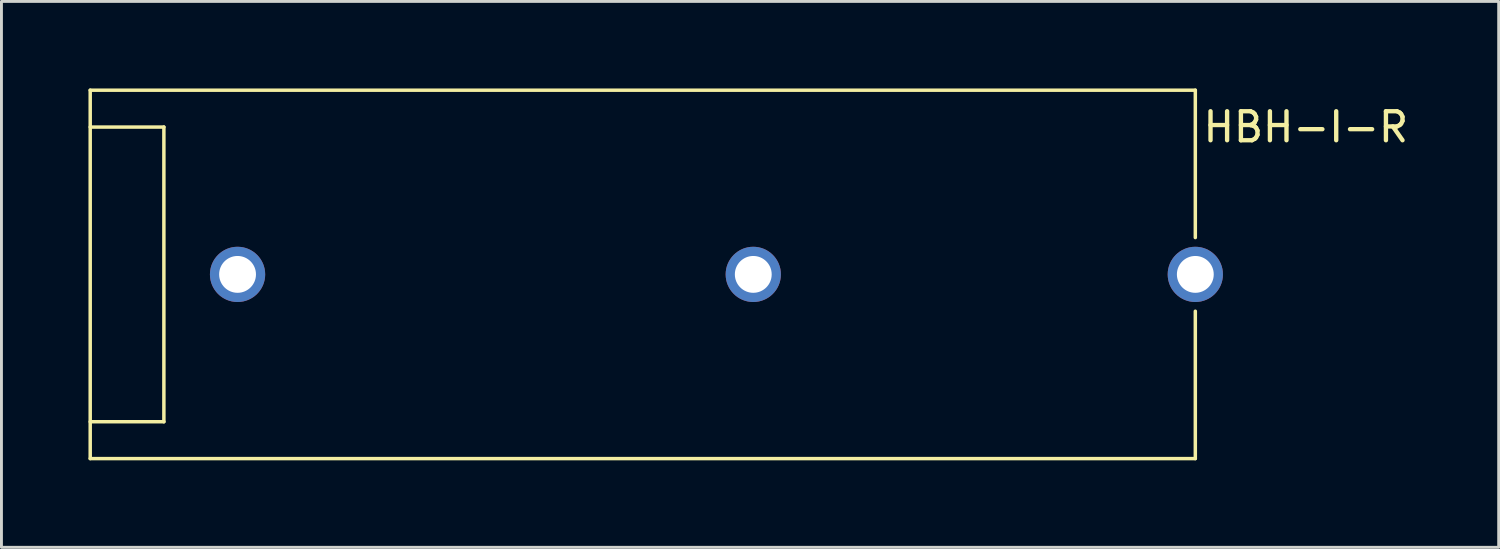
<source format=kicad_pcb>
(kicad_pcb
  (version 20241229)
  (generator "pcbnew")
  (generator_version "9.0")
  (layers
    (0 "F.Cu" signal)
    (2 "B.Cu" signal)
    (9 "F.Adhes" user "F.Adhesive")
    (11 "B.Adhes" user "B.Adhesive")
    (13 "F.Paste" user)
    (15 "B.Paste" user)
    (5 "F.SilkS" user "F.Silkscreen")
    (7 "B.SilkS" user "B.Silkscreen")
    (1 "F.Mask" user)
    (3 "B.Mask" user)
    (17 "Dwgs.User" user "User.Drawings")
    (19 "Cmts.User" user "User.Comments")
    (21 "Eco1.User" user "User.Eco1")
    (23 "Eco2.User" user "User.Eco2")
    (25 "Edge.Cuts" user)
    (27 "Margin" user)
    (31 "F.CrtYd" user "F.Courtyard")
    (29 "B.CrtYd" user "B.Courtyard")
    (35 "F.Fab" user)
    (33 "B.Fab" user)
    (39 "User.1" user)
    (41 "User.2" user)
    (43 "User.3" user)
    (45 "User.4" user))
  (footprint "HBH-I-R"
    (layer "F.Cu")
    (at 38.16 6.41)
    (property "Reference" "HBH-I-R" (at 3.81 -5.08 0) (layer "F.SilkS") (effects (font (size 1 1) (thickness 0.15))))
    (attr through_hole)
    (fp_line (start -38.1 -6.35) (end -38.1 6.35) (stroke (width 0.12) (type solid)) (layer "F.SilkS"))
    (fp_line (start -38.1 -5.08) (end -35.56 -5.08) (stroke (width 0.12) (type solid)) (layer "F.SilkS"))
    (fp_line (start -38.1 6.35) (end 0 6.35) (stroke (width 0.12) (type solid)) (layer "F.SilkS"))
    (fp_line (start -35.56 -5.08) (end -35.56 5.08) (stroke (width 0.12) (type solid)) (layer "F.SilkS"))
    (fp_line (start -35.56 5.08) (end -38.1 5.08) (stroke (width 0.12) (type solid)) (layer "F.SilkS"))
    (fp_line (start 0 -6.35) (end -38.1 -6.35) (stroke (width 0.12) (type solid)) (layer "F.SilkS"))
    (fp_line (start 0 -1.27) (end 0 -6.35) (stroke (width 0.12) (type solid)) (layer "F.SilkS"))
    (fp_line (start 0 6.35) (end 0 1.27) (stroke (width 0.12) (type solid)) (layer "F.SilkS"))
    (pad "1" thru_hole circle (at 0 0) (size 1.905 1.905) (drill 1.27) (layers "*.Cu" "*.Mask"))
    (pad "2" thru_hole circle (at -15.24 0) (size 1.905 1.905) (drill 1.27) (layers "*.Cu" "*.Mask"))
    (pad "3" thru_hole circle (at -33.02 0) (size 1.905 1.905) (drill 1.27) (layers "*.Cu" "*.Mask")))
  (gr_rect
    (start -3 -3)
    (end 48.619 15.82)
    (stroke (width 0.1) (type default))
    (fill no)
    (layer "Edge.Cuts")))
</source>
